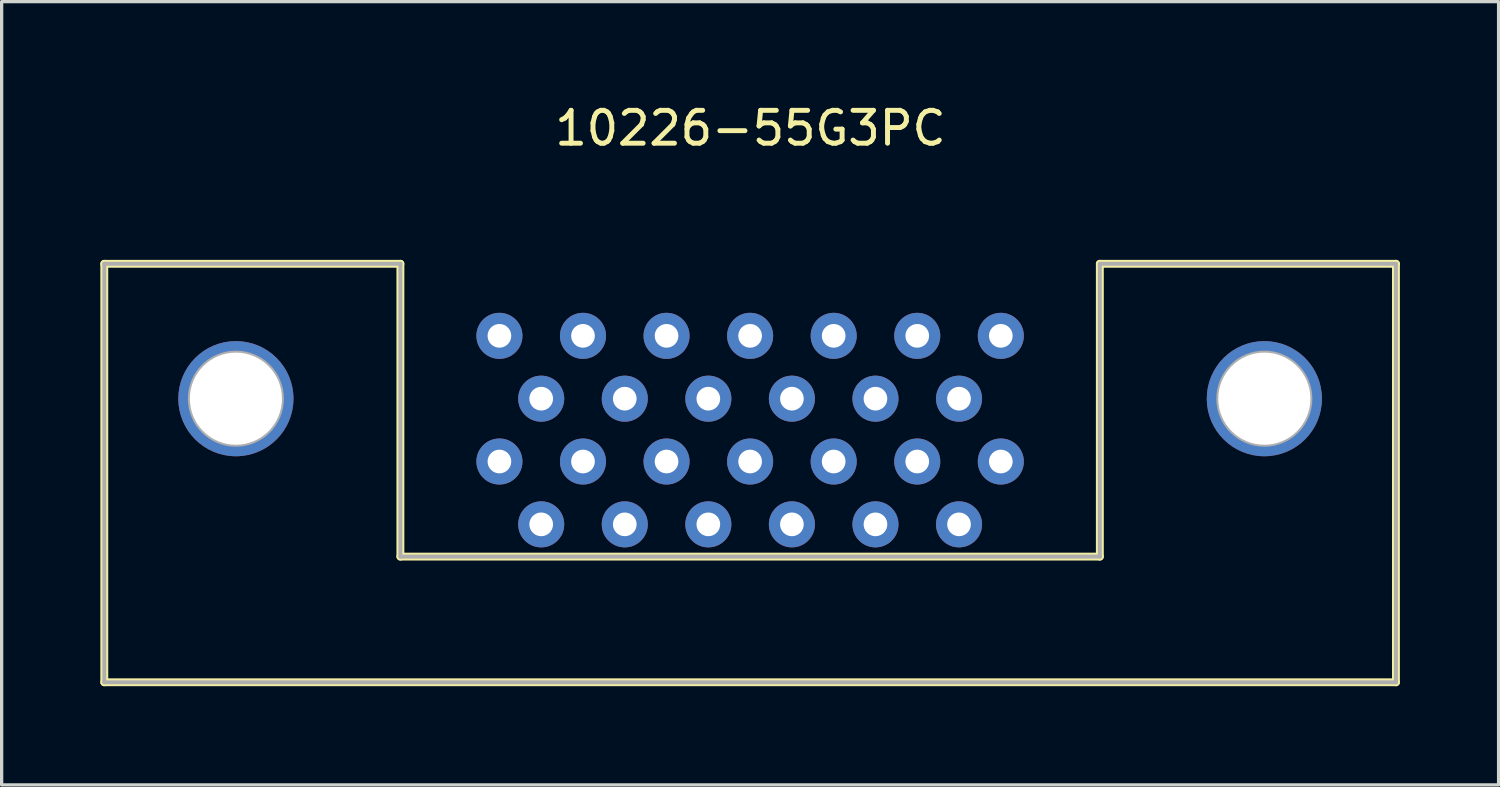
<source format=kicad_pcb>
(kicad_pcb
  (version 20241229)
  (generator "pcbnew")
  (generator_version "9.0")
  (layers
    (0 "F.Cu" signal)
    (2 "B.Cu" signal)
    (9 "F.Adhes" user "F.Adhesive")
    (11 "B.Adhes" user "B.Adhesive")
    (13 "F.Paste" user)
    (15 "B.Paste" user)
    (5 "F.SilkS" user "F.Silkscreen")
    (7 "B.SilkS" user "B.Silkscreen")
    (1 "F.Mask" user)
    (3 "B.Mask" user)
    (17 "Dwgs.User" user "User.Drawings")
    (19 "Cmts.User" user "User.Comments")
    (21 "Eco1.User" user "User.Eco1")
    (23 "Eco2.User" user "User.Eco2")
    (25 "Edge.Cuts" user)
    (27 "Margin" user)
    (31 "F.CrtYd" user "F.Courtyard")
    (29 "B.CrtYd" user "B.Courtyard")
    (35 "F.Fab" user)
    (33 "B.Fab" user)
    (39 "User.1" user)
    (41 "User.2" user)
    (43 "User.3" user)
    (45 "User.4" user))
  (footprint "10226-55G3PC"
    (layer "F.Cu")
    (at 19.75 9.068)
    (property "Reference" "10226-55G3PC" (at 0.01 -8.22 0) (layer "F.SilkS") (effects (font (size 1 1) (thickness 0.15))))
    (attr through_hole)
    (fp_line (start -19.63 -4.1) (end -19.63 8.62) (stroke (width 0.24) (type solid)) (layer "F.SilkS"))
    (fp_line (start -19.63 -4.1) (end -10.63 -4.1) (stroke (width 0.24) (type solid)) (layer "F.SilkS"))
    (fp_line (start -19.63 8.62) (end 19.63 8.62) (stroke (width 0.24) (type solid)) (layer "F.SilkS"))
    (fp_line (start -10.63 -4.1) (end -10.63 4.8) (stroke (width 0.24) (type solid)) (layer "F.SilkS"))
    (fp_line (start -10.63 4.8) (end 10.63 4.8) (stroke (width 0.24) (type solid)) (layer "F.SilkS"))
    (fp_line (start 10.63 -4.1) (end 10.63 4.8) (stroke (width 0.24) (type solid)) (layer "F.SilkS"))
    (fp_line (start 10.63 -4.1) (end 19.63 -4.1) (stroke (width 0.24) (type solid)) (layer "F.SilkS"))
    (fp_line (start 19.63 -4.1) (end 19.63 8.62) (stroke (width 0.24) (type solid)) (layer "F.SilkS"))
    (fp_line (start -19.63 -4.1) (end -19.63 8.62) (stroke (width 0.12) (type solid)) (layer "F.Fab"))
    (fp_line (start -19.63 -4.1) (end -10.63 -4.1) (stroke (width 0.12) (type solid)) (layer "F.Fab"))
    (fp_line (start -19.63 8.62) (end 19.63 8.62) (stroke (width 0.12) (type solid)) (layer "F.Fab"))
    (fp_line (start -10.63 -4.1) (end -10.63 4.8) (stroke (width 0.12) (type solid)) (layer "F.Fab"))
    (fp_line (start -10.63 4.8) (end 10.63 4.8) (stroke (width 0.12) (type solid)) (layer "F.Fab"))
    (fp_line (start 10.63 -4.1) (end 10.63 4.8) (stroke (width 0.12) (type solid)) (layer "F.Fab"))
    (fp_line (start 10.63 -4.1) (end 19.63 -4.1) (stroke (width 0.12) (type solid)) (layer "F.Fab"))
    (fp_line (start 19.63 -4.1) (end 19.63 8.62) (stroke (width 0.12) (type solid)) (layer "F.Fab"))
    (fp_circle (center -15.63 0) (end -14.23 0) (stroke (width 0.12) (type solid)) (fill no) (layer "F.Fab"))
    (fp_circle (center 15.63 0) (end 17.03 0) (stroke (width 0.12) (type solid)) (fill no) (layer "F.Fab"))
    (pad "1" thru_hole circle (at 7.62 -1.91) (size 1.4 1.4) (drill 0.72) (layers "*.Cu" "*.Mask"))
    (pad "2" thru_hole circle (at 6.35 0) (size 1.4 1.4) (drill 0.72) (layers "*.Cu" "*.Mask"))
    (pad "3" thru_hole circle (at 5.08 -1.91) (size 1.4 1.4) (drill 0.72) (layers "*.Cu" "*.Mask"))
    (pad "4" thru_hole circle (at 3.81 0) (size 1.4 1.4) (drill 0.72) (layers "*.Cu" "*.Mask"))
    (pad "5" thru_hole circle (at 2.54 -1.91) (size 1.4 1.4) (drill 0.72) (layers "*.Cu" "*.Mask"))
    (pad "6" thru_hole circle (at 1.27 0) (size 1.4 1.4) (drill 0.72) (layers "*.Cu" "*.Mask"))
    (pad "7" thru_hole circle (at 0 -1.91) (size 1.4 1.4) (drill 0.72) (layers "*.Cu" "*.Mask"))
    (pad "8" thru_hole circle (at -1.27 0) (size 1.4 1.4) (drill 0.72) (layers "*.Cu" "*.Mask"))
    (pad "9" thru_hole circle (at -2.54 -1.91) (size 1.4 1.4) (drill 0.72) (layers "*.Cu" "*.Mask"))
    (pad "10" thru_hole circle (at -3.81 0) (size 1.4 1.4) (drill 0.72) (layers "*.Cu" "*.Mask"))
    (pad "11" thru_hole circle (at -5.08 -1.91) (size 1.4 1.4) (drill 0.72) (layers "*.Cu" "*.Mask"))
    (pad "12" thru_hole circle (at -6.35 0) (size 1.4 1.4) (drill 0.72) (layers "*.Cu" "*.Mask"))
    (pad "13" thru_hole circle (at -7.62 -1.91) (size 1.4 1.4) (drill 0.72) (layers "*.Cu" "*.Mask"))
    (pad "14" thru_hole circle (at 7.62 1.91) (size 1.4 1.4) (drill 0.72) (layers "*.Cu" "*.Mask"))
    (pad "15" thru_hole circle (at 6.35 3.82) (size 1.4 1.4) (drill 0.72) (layers "*.Cu" "*.Mask"))
    (pad "16" thru_hole circle (at 5.08 1.91) (size 1.4 1.4) (drill 0.72) (layers "*.Cu" "*.Mask"))
    (pad "17" thru_hole circle (at 3.81 3.82) (size 1.4 1.4) (drill 0.72) (layers "*.Cu" "*.Mask"))
    (pad "18" thru_hole circle (at 2.54 1.91) (size 1.4 1.4) (drill 0.72) (layers "*.Cu" "*.Mask"))
    (pad "19" thru_hole circle (at 1.27 3.82) (size 1.4 1.4) (drill 0.72) (layers "*.Cu" "*.Mask"))
    (pad "20" thru_hole circle (at 0 1.91) (size 1.4 1.4) (drill 0.72) (layers "*.Cu" "*.Mask"))
    (pad "21" thru_hole circle (at -1.27 3.82) (size 1.4 1.4) (drill 0.72) (layers "*.Cu" "*.Mask"))
    (pad "22" thru_hole circle (at -2.54 1.91) (size 1.4 1.4) (drill 0.72) (layers "*.Cu" "*.Mask"))
    (pad "23" thru_hole circle (at -3.81 3.82) (size 1.4 1.4) (drill 0.72) (layers "*.Cu" "*.Mask"))
    (pad "24" thru_hole circle (at -5.08 1.91) (size 1.4 1.4) (drill 0.72) (layers "*.Cu" "*.Mask"))
    (pad "25" thru_hole circle (at -6.35 3.82) (size 1.4 1.4) (drill 0.72) (layers "*.Cu" "*.Mask"))
    (pad "26" thru_hole circle (at -7.62 1.91) (size 1.4 1.4) (drill 0.72) (layers "*.Cu" "*.Mask"))
    (pad "27" thru_hole circle (at -15.63 0) (size 3.5 3.5) (drill 2.8) (layers "*.Cu" "*.Mask"))
    (pad "27" thru_hole circle (at 15.63 0) (size 3.5 3.5) (drill 2.8) (layers "*.Cu" "*.Mask")))
  (gr_rect
    (start -3 -3)
    (end 42.5 20.808)
    (stroke (width 0.1) (type default))
    (fill no)
    (layer "Edge.Cuts")))
</source>
